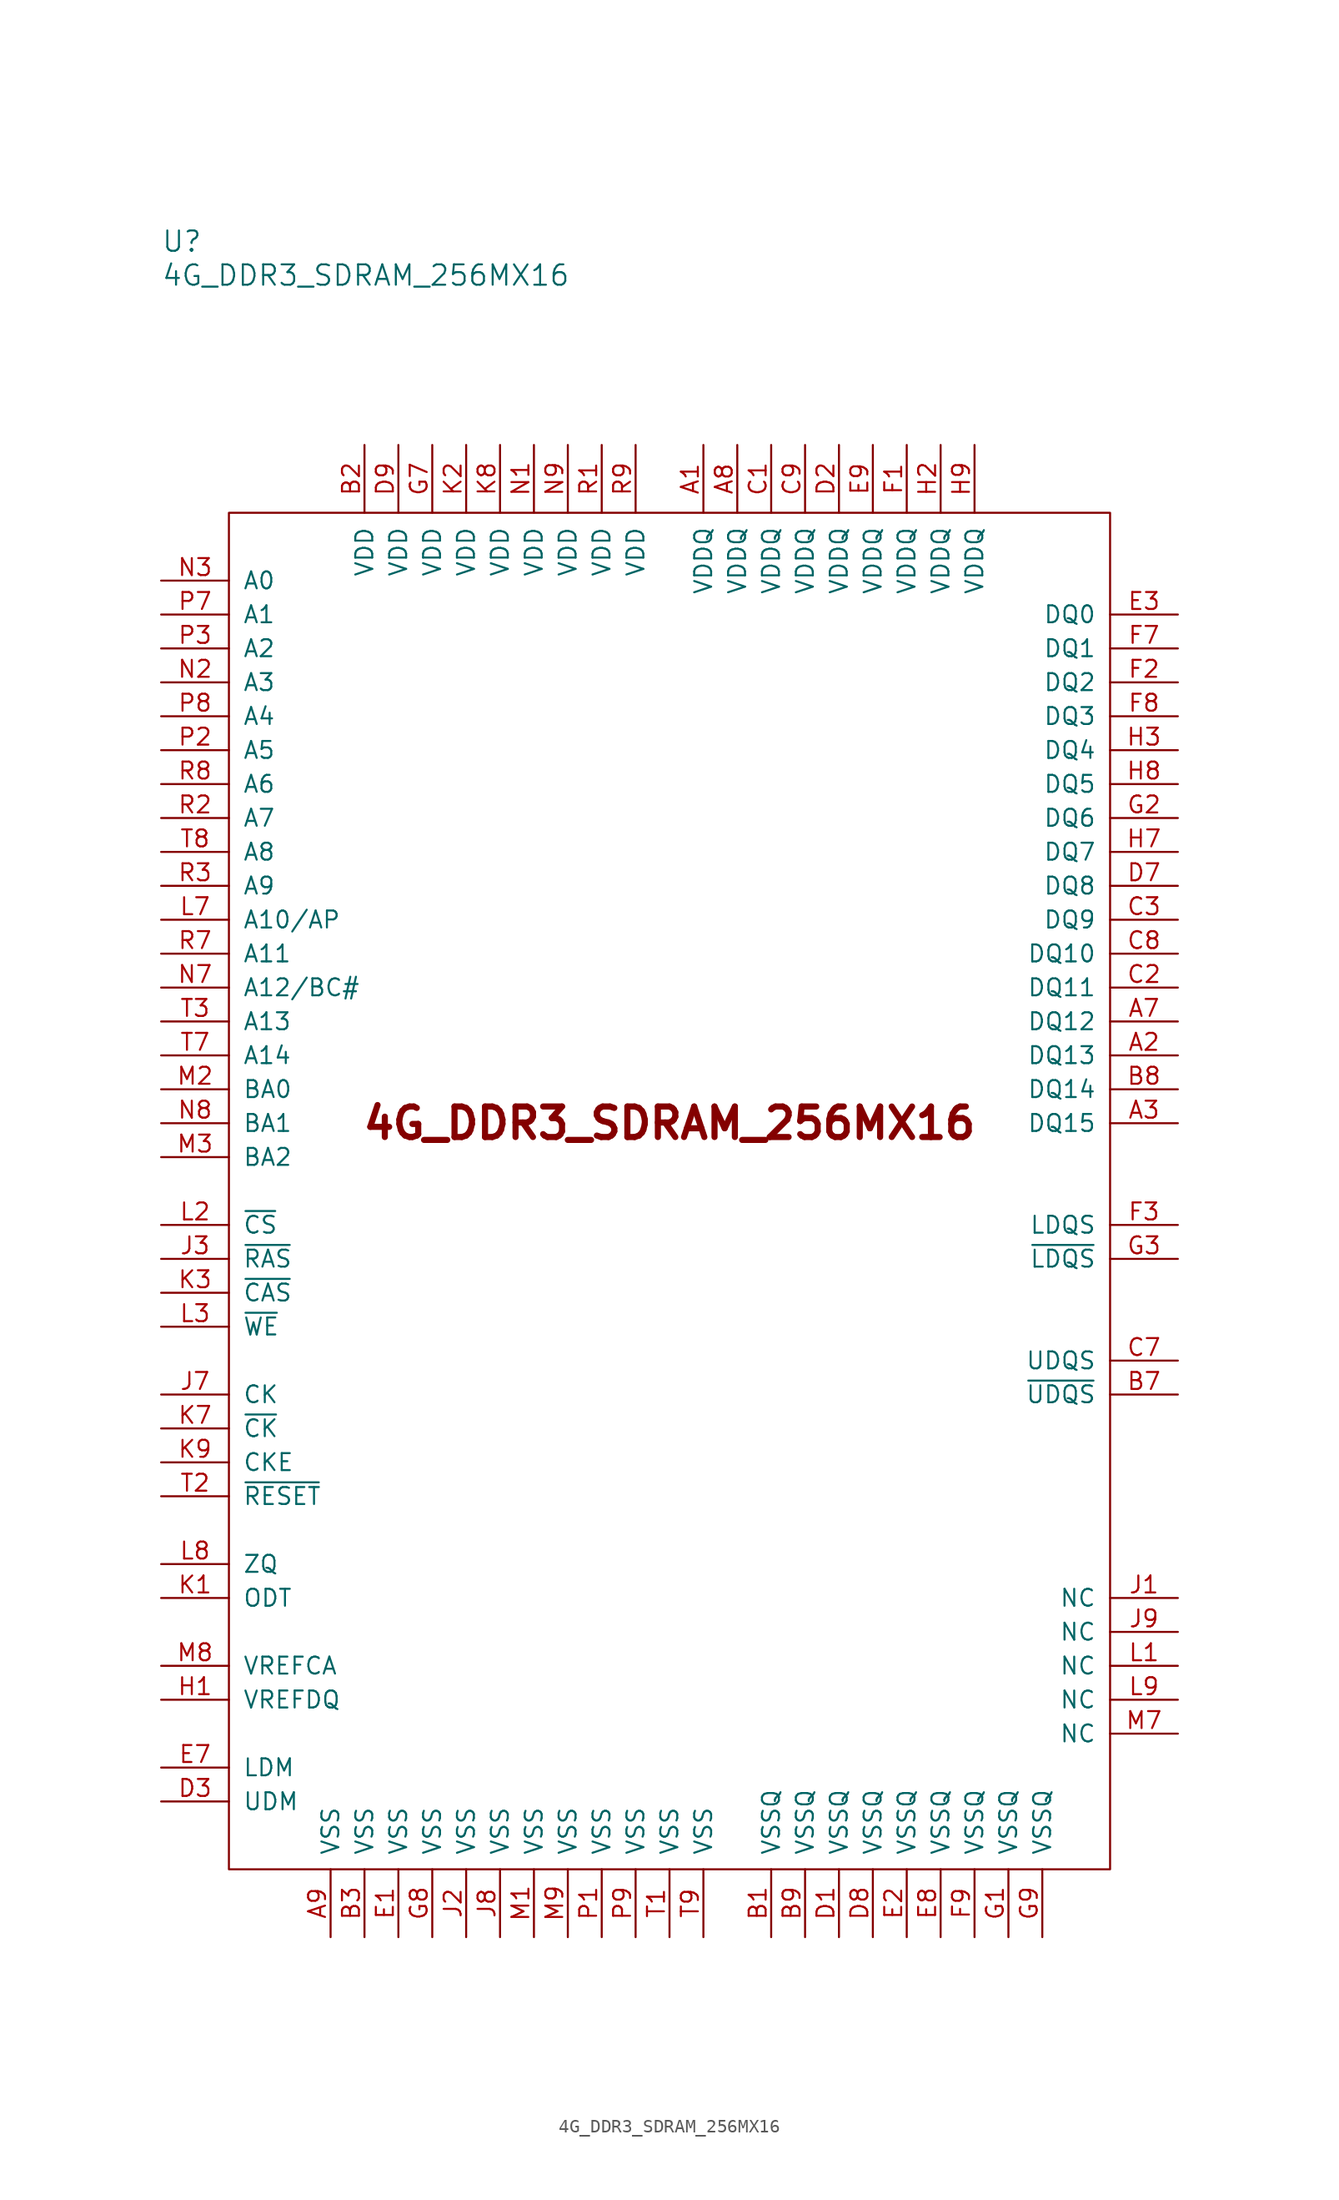
<source format=kicad_sym>
(kicad_symbol_lib
  (version 20211014)
  (generator kicad_symbol_editor)
  (symbol "4G_DDR3_SDRAM_256MX16"
    (pin_names
      (offset 1.016))
    (property "Reference" "U"
      (at -5.08 20.32 0)
      (effects (font (size 1.524 1.524)) (justify left)))
    (property "Value" "4G_DDR3_SDRAM_256MX16"
      (at -5.08 17.78 0)
      (effects (font (size 1.524 1.524)) (justify left)))
    (symbol "4G_DDR3_SDRAM_256MX16_0_0"
      (text "4G_DDR3_SDRAM_256MX16" (at 33.02 -45.72 0) (effects (font (size 2.286 2.286) bold))))
    (symbol "4G_DDR3_SDRAM_256MX16_1_1"
      (rectangle (start 0 0) (end 66.04 -101.6) (stroke (width 0) (type default) (color 0 0 0 0)) (fill (type none)))
      (pin passive line (at 35.56 5.08 270) (length 5.08) (name "VDDQ" (effects (font (size 1.27 1.27)))) (number "A1" (effects (font (size 1.27 1.27)))))
      (pin passive line (at 71.12 -40.64 180) (length 5.08) (name "DQ13" (effects (font (size 1.27 1.27)))) (number "A2" (effects (font (size 1.27 1.27)))))
      (pin passive line (at 71.12 -45.72 180) (length 5.08) (name "DQ15" (effects (font (size 1.27 1.27)))) (number "A3" (effects (font (size 1.27 1.27)))))
      (pin passive line (at 71.12 -38.1 180) (length 5.08) (name "DQ12" (effects (font (size 1.27 1.27)))) (number "A7" (effects (font (size 1.27 1.27)))))
      (pin passive line (at 38.1 5.08 270) (length 5.08) (name "VDDQ" (effects (font (size 1.27 1.27)))) (number "A8" (effects (font (size 1.27 1.27)))))
      (pin passive line (at 7.62 -106.68 90) (length 5.08) (name "VSS" (effects (font (size 1.27 1.27)))) (number "A9" (effects (font (size 1.27 1.27)))))
      (pin passive line (at 40.64 -106.68 90) (length 5.08) (name "VSSQ" (effects (font (size 1.27 1.27)))) (number "B1" (effects (font (size 1.27 1.27)))))
      (pin passive line (at 10.16 5.08 270) (length 5.08) (name "VDD" (effects (font (size 1.27 1.27)))) (number "B2" (effects (font (size 1.27 1.27)))))
      (pin passive line (at 10.16 -106.68 90) (length 5.08) (name "VSS" (effects (font (size 1.27 1.27)))) (number "B3" (effects (font (size 1.27 1.27)))))
      (pin passive line (at 71.12 -66.04 180) (length 5.08) (name "~{UDQS}" (effects (font (size 1.27 1.27)))) (number "B7" (effects (font (size 1.27 1.27)))))
      (pin passive line (at 71.12 -43.18 180) (length 5.08) (name "DQ14" (effects (font (size 1.27 1.27)))) (number "B8" (effects (font (size 1.27 1.27)))))
      (pin passive line (at 43.18 -106.68 90) (length 5.08) (name "VSSQ" (effects (font (size 1.27 1.27)))) (number "B9" (effects (font (size 1.27 1.27)))))
      (pin passive line (at 40.64 5.08 270) (length 5.08) (name "VDDQ" (effects (font (size 1.27 1.27)))) (number "C1" (effects (font (size 1.27 1.27)))))
      (pin passive line (at 71.12 -35.56 180) (length 5.08) (name "DQ11" (effects (font (size 1.27 1.27)))) (number "C2" (effects (font (size 1.27 1.27)))))
      (pin passive line (at 71.12 -30.48 180) (length 5.08) (name "DQ9" (effects (font (size 1.27 1.27)))) (number "C3" (effects (font (size 1.27 1.27)))))
      (pin passive line (at 71.12 -63.5 180) (length 5.08) (name "UDQS" (effects (font (size 1.27 1.27)))) (number "C7" (effects (font (size 1.27 1.27)))))
      (pin passive line (at 71.12 -33.02 180) (length 5.08) (name "DQ10" (effects (font (size 1.27 1.27)))) (number "C8" (effects (font (size 1.27 1.27)))))
      (pin passive line (at 43.18 5.08 270) (length 5.08) (name "VDDQ" (effects (font (size 1.27 1.27)))) (number "C9" (effects (font (size 1.27 1.27)))))
      (pin passive line (at 45.72 -106.68 90) (length 5.08) (name "VSSQ" (effects (font (size 1.27 1.27)))) (number "D1" (effects (font (size 1.27 1.27)))))
      (pin passive line (at 45.72 5.08 270) (length 5.08) (name "VDDQ" (effects (font (size 1.27 1.27)))) (number "D2" (effects (font (size 1.27 1.27)))))
      (pin passive line (at -5.08 -96.52 0) (length 5.08) (name "UDM" (effects (font (size 1.27 1.27)))) (number "D3" (effects (font (size 1.27 1.27)))))
      (pin passive line (at 71.12 -27.94 180) (length 5.08) (name "DQ8" (effects (font (size 1.27 1.27)))) (number "D7" (effects (font (size 1.27 1.27)))))
      (pin passive line (at 48.26 -106.68 90) (length 5.08) (name "VSSQ" (effects (font (size 1.27 1.27)))) (number "D8" (effects (font (size 1.27 1.27)))))
      (pin passive line (at 12.7 5.08 270) (length 5.08) (name "VDD" (effects (font (size 1.27 1.27)))) (number "D9" (effects (font (size 1.27 1.27)))))
      (pin passive line (at 12.7 -106.68 90) (length 5.08) (name "VSS" (effects (font (size 1.27 1.27)))) (number "E1" (effects (font (size 1.27 1.27)))))
      (pin passive line (at 50.8 -106.68 90) (length 5.08) (name "VSSQ" (effects (font (size 1.27 1.27)))) (number "E2" (effects (font (size 1.27 1.27)))))
      (pin passive line (at 71.12 -7.62 180) (length 5.08) (name "DQ0" (effects (font (size 1.27 1.27)))) (number "E3" (effects (font (size 1.27 1.27)))))
      (pin passive line (at -5.08 -93.98 0) (length 5.08) (name "LDM" (effects (font (size 1.27 1.27)))) (number "E7" (effects (font (size 1.27 1.27)))))
      (pin passive line (at 53.34 -106.68 90) (length 5.08) (name "VSSQ" (effects (font (size 1.27 1.27)))) (number "E8" (effects (font (size 1.27 1.27)))))
      (pin passive line (at 48.26 5.08 270) (length 5.08) (name "VDDQ" (effects (font (size 1.27 1.27)))) (number "E9" (effects (font (size 1.27 1.27)))))
      (pin passive line (at 50.8 5.08 270) (length 5.08) (name "VDDQ" (effects (font (size 1.27 1.27)))) (number "F1" (effects (font (size 1.27 1.27)))))
      (pin passive line (at 71.12 -12.7 180) (length 5.08) (name "DQ2" (effects (font (size 1.27 1.27)))) (number "F2" (effects (font (size 1.27 1.27)))))
      (pin passive line (at 71.12 -53.34 180) (length 5.08) (name "LDQS" (effects (font (size 1.27 1.27)))) (number "F3" (effects (font (size 1.27 1.27)))))
      (pin passive line (at 71.12 -10.16 180) (length 5.08) (name "DQ1" (effects (font (size 1.27 1.27)))) (number "F7" (effects (font (size 1.27 1.27)))))
      (pin passive line (at 71.12 -15.24 180) (length 5.08) (name "DQ3" (effects (font (size 1.27 1.27)))) (number "F8" (effects (font (size 1.27 1.27)))))
      (pin passive line (at 55.88 -106.68 90) (length 5.08) (name "VSSQ" (effects (font (size 1.27 1.27)))) (number "F9" (effects (font (size 1.27 1.27)))))
      (pin passive line (at 58.42 -106.68 90) (length 5.08) (name "VSSQ" (effects (font (size 1.27 1.27)))) (number "G1" (effects (font (size 1.27 1.27)))))
      (pin passive line (at 71.12 -22.86 180) (length 5.08) (name "DQ6" (effects (font (size 1.27 1.27)))) (number "G2" (effects (font (size 1.27 1.27)))))
      (pin passive line (at 71.12 -55.88 180) (length 5.08) (name "~{LDQS}" (effects (font (size 1.27 1.27)))) (number "G3" (effects (font (size 1.27 1.27)))))
      (pin passive line (at 15.24 5.08 270) (length 5.08) (name "VDD" (effects (font (size 1.27 1.27)))) (number "G7" (effects (font (size 1.27 1.27)))))
      (pin passive line (at 15.24 -106.68 90) (length 5.08) (name "VSS" (effects (font (size 1.27 1.27)))) (number "G8" (effects (font (size 1.27 1.27)))))
      (pin passive line (at 60.96 -106.68 90) (length 5.08) (name "VSSQ" (effects (font (size 1.27 1.27)))) (number "G9" (effects (font (size 1.27 1.27)))))
      (pin passive line (at -5.08 -88.9 0) (length 5.08) (name "VREFDQ" (effects (font (size 1.27 1.27)))) (number "H1" (effects (font (size 1.27 1.27)))))
      (pin passive line (at 53.34 5.08 270) (length 5.08) (name "VDDQ" (effects (font (size 1.27 1.27)))) (number "H2" (effects (font (size 1.27 1.27)))))
      (pin passive line (at 71.12 -17.78 180) (length 5.08) (name "DQ4" (effects (font (size 1.27 1.27)))) (number "H3" (effects (font (size 1.27 1.27)))))
      (pin passive line (at 71.12 -25.4 180) (length 5.08) (name "DQ7" (effects (font (size 1.27 1.27)))) (number "H7" (effects (font (size 1.27 1.27)))))
      (pin passive line (at 71.12 -20.32 180) (length 5.08) (name "DQ5" (effects (font (size 1.27 1.27)))) (number "H8" (effects (font (size 1.27 1.27)))))
      (pin passive line (at 55.88 5.08 270) (length 5.08) (name "VDDQ" (effects (font (size 1.27 1.27)))) (number "H9" (effects (font (size 1.27 1.27)))))
      (pin passive line (at 71.12 -81.28 180) (length 5.08) (name "NC" (effects (font (size 1.27 1.27)))) (number "J1" (effects (font (size 1.27 1.27)))))
      (pin passive line (at 17.78 -106.68 90) (length 5.08) (name "VSS" (effects (font (size 1.27 1.27)))) (number "J2" (effects (font (size 1.27 1.27)))))
      (pin passive line (at -5.08 -55.88 0) (length 5.08) (name "~{RAS}" (effects (font (size 1.27 1.27)))) (number "J3" (effects (font (size 1.27 1.27)))))
      (pin passive line (at -5.08 -66.04 0) (length 5.08) (name "CK" (effects (font (size 1.27 1.27)))) (number "J7" (effects (font (size 1.27 1.27)))))
      (pin passive line (at 20.32 -106.68 90) (length 5.08) (name "VSS" (effects (font (size 1.27 1.27)))) (number "J8" (effects (font (size 1.27 1.27)))))
      (pin passive line (at 71.12 -83.82 180) (length 5.08) (name "NC" (effects (font (size 1.27 1.27)))) (number "J9" (effects (font (size 1.27 1.27)))))
      (pin passive line (at -5.08 -81.28 0) (length 5.08) (name "ODT" (effects (font (size 1.27 1.27)))) (number "K1" (effects (font (size 1.27 1.27)))))
      (pin passive line (at 17.78 5.08 270) (length 5.08) (name "VDD" (effects (font (size 1.27 1.27)))) (number "K2" (effects (font (size 1.27 1.27)))))
      (pin passive line (at -5.08 -58.42 0) (length 5.08) (name "~{CAS}" (effects (font (size 1.27 1.27)))) (number "K3" (effects (font (size 1.27 1.27)))))
      (pin passive line (at -5.08 -68.58 0) (length 5.08) (name "~{CK}" (effects (font (size 1.27 1.27)))) (number "K7" (effects (font (size 1.27 1.27)))))
      (pin passive line (at 20.32 5.08 270) (length 5.08) (name "VDD" (effects (font (size 1.27 1.27)))) (number "K8" (effects (font (size 1.27 1.27)))))
      (pin passive line (at -5.08 -71.12 0) (length 5.08) (name "CKE" (effects (font (size 1.27 1.27)))) (number "K9" (effects (font (size 1.27 1.27)))))
      (pin passive line (at 71.12 -86.36 180) (length 5.08) (name "NC" (effects (font (size 1.27 1.27)))) (number "L1" (effects (font (size 1.27 1.27)))))
      (pin passive line (at -5.08 -53.34 0) (length 5.08) (name "~{CS}" (effects (font (size 1.27 1.27)))) (number "L2" (effects (font (size 1.27 1.27)))))
      (pin passive line (at -5.08 -60.96 0) (length 5.08) (name "~{WE}" (effects (font (size 1.27 1.27)))) (number "L3" (effects (font (size 1.27 1.27)))))
      (pin passive line (at -5.08 -30.48 0) (length 5.08) (name "A10/AP" (effects (font (size 1.27 1.27)))) (number "L7" (effects (font (size 1.27 1.27)))))
      (pin passive line (at -5.08 -78.74 0) (length 5.08) (name "ZQ" (effects (font (size 1.27 1.27)))) (number "L8" (effects (font (size 1.27 1.27)))))
      (pin passive line (at 71.12 -88.9 180) (length 5.08) (name "NC" (effects (font (size 1.27 1.27)))) (number "L9" (effects (font (size 1.27 1.27)))))
      (pin passive line (at 22.86 -106.68 90) (length 5.08) (name "VSS" (effects (font (size 1.27 1.27)))) (number "M1" (effects (font (size 1.27 1.27)))))
      (pin passive line (at -5.08 -43.18 0) (length 5.08) (name "BA0" (effects (font (size 1.27 1.27)))) (number "M2" (effects (font (size 1.27 1.27)))))
      (pin passive line (at -5.08 -48.26 0) (length 5.08) (name "BA2" (effects (font (size 1.27 1.27)))) (number "M3" (effects (font (size 1.27 1.27)))))
      (pin passive line (at 71.12 -91.44 180) (length 5.08) (name "NC" (effects (font (size 1.27 1.27)))) (number "M7" (effects (font (size 1.27 1.27)))))
      (pin passive line (at -5.08 -86.36 0) (length 5.08) (name "VREFCA" (effects (font (size 1.27 1.27)))) (number "M8" (effects (font (size 1.27 1.27)))))
      (pin passive line (at 25.4 -106.68 90) (length 5.08) (name "VSS" (effects (font (size 1.27 1.27)))) (number "M9" (effects (font (size 1.27 1.27)))))
      (pin passive line (at 22.86 5.08 270) (length 5.08) (name "VDD" (effects (font (size 1.27 1.27)))) (number "N1" (effects (font (size 1.27 1.27)))))
      (pin passive line (at -5.08 -12.7 0) (length 5.08) (name "A3" (effects (font (size 1.27 1.27)))) (number "N2" (effects (font (size 1.27 1.27)))))
      (pin passive line (at -5.08 -5.08 0) (length 5.08) (name "A0" (effects (font (size 1.27 1.27)))) (number "N3" (effects (font (size 1.27 1.27)))))
      (pin passive line (at -5.08 -35.56 0) (length 5.08) (name "A12/BC#" (effects (font (size 1.27 1.27)))) (number "N7" (effects (font (size 1.27 1.27)))))
      (pin passive line (at -5.08 -45.72 0) (length 5.08) (name "BA1" (effects (font (size 1.27 1.27)))) (number "N8" (effects (font (size 1.27 1.27)))))
      (pin passive line (at 25.4 5.08 270) (length 5.08) (name "VDD" (effects (font (size 1.27 1.27)))) (number "N9" (effects (font (size 1.27 1.27)))))
      (pin passive line (at 27.94 -106.68 90) (length 5.08) (name "VSS" (effects (font (size 1.27 1.27)))) (number "P1" (effects (font (size 1.27 1.27)))))
      (pin passive line (at -5.08 -17.78 0) (length 5.08) (name "A5" (effects (font (size 1.27 1.27)))) (number "P2" (effects (font (size 1.27 1.27)))))
      (pin passive line (at -5.08 -10.16 0) (length 5.08) (name "A2" (effects (font (size 1.27 1.27)))) (number "P3" (effects (font (size 1.27 1.27)))))
      (pin passive line (at -5.08 -7.62 0) (length 5.08) (name "A1" (effects (font (size 1.27 1.27)))) (number "P7" (effects (font (size 1.27 1.27)))))
      (pin passive line (at -5.08 -15.24 0) (length 5.08) (name "A4" (effects (font (size 1.27 1.27)))) (number "P8" (effects (font (size 1.27 1.27)))))
      (pin passive line (at 30.48 -106.68 90) (length 5.08) (name "VSS" (effects (font (size 1.27 1.27)))) (number "P9" (effects (font (size 1.27 1.27)))))
      (pin passive line (at 27.94 5.08 270) (length 5.08) (name "VDD" (effects (font (size 1.27 1.27)))) (number "R1" (effects (font (size 1.27 1.27)))))
      (pin passive line (at -5.08 -22.86 0) (length 5.08) (name "A7" (effects (font (size 1.27 1.27)))) (number "R2" (effects (font (size 1.27 1.27)))))
      (pin passive line (at -5.08 -27.94 0) (length 5.08) (name "A9" (effects (font (size 1.27 1.27)))) (number "R3" (effects (font (size 1.27 1.27)))))
      (pin passive line (at -5.08 -33.02 0) (length 5.08) (name "A11" (effects (font (size 1.27 1.27)))) (number "R7" (effects (font (size 1.27 1.27)))))
      (pin passive line (at -5.08 -20.32 0) (length 5.08) (name "A6" (effects (font (size 1.27 1.27)))) (number "R8" (effects (font (size 1.27 1.27)))))
      (pin passive line (at 30.48 5.08 270) (length 5.08) (name "VDD" (effects (font (size 1.27 1.27)))) (number "R9" (effects (font (size 1.27 1.27)))))
      (pin passive line (at 33.02 -106.68 90) (length 5.08) (name "VSS" (effects (font (size 1.27 1.27)))) (number "T1" (effects (font (size 1.27 1.27)))))
      (pin passive line (at -5.08 -73.66 0) (length 5.08) (name "~{RESET}" (effects (font (size 1.27 1.27)))) (number "T2" (effects (font (size 1.27 1.27)))))
      (pin passive line (at -5.08 -38.1 0) (length 5.08) (name "A13" (effects (font (size 1.27 1.27)))) (number "T3" (effects (font (size 1.27 1.27)))))
      (pin passive line (at -5.08 -40.64 0) (length 5.08) (name "A14" (effects (font (size 1.27 1.27)))) (number "T7" (effects (font (size 1.27 1.27)))))
      (pin passive line (at -5.08 -25.4 0) (length 5.08) (name "A8" (effects (font (size 1.27 1.27)))) (number "T8" (effects (font (size 1.27 1.27)))))
      (pin passive line (at 35.56 -106.68 90) (length 5.08) (name "VSS" (effects (font (size 1.27 1.27)))) (number "T9" (effects (font (size 1.27 1.27))))))))
</source>
